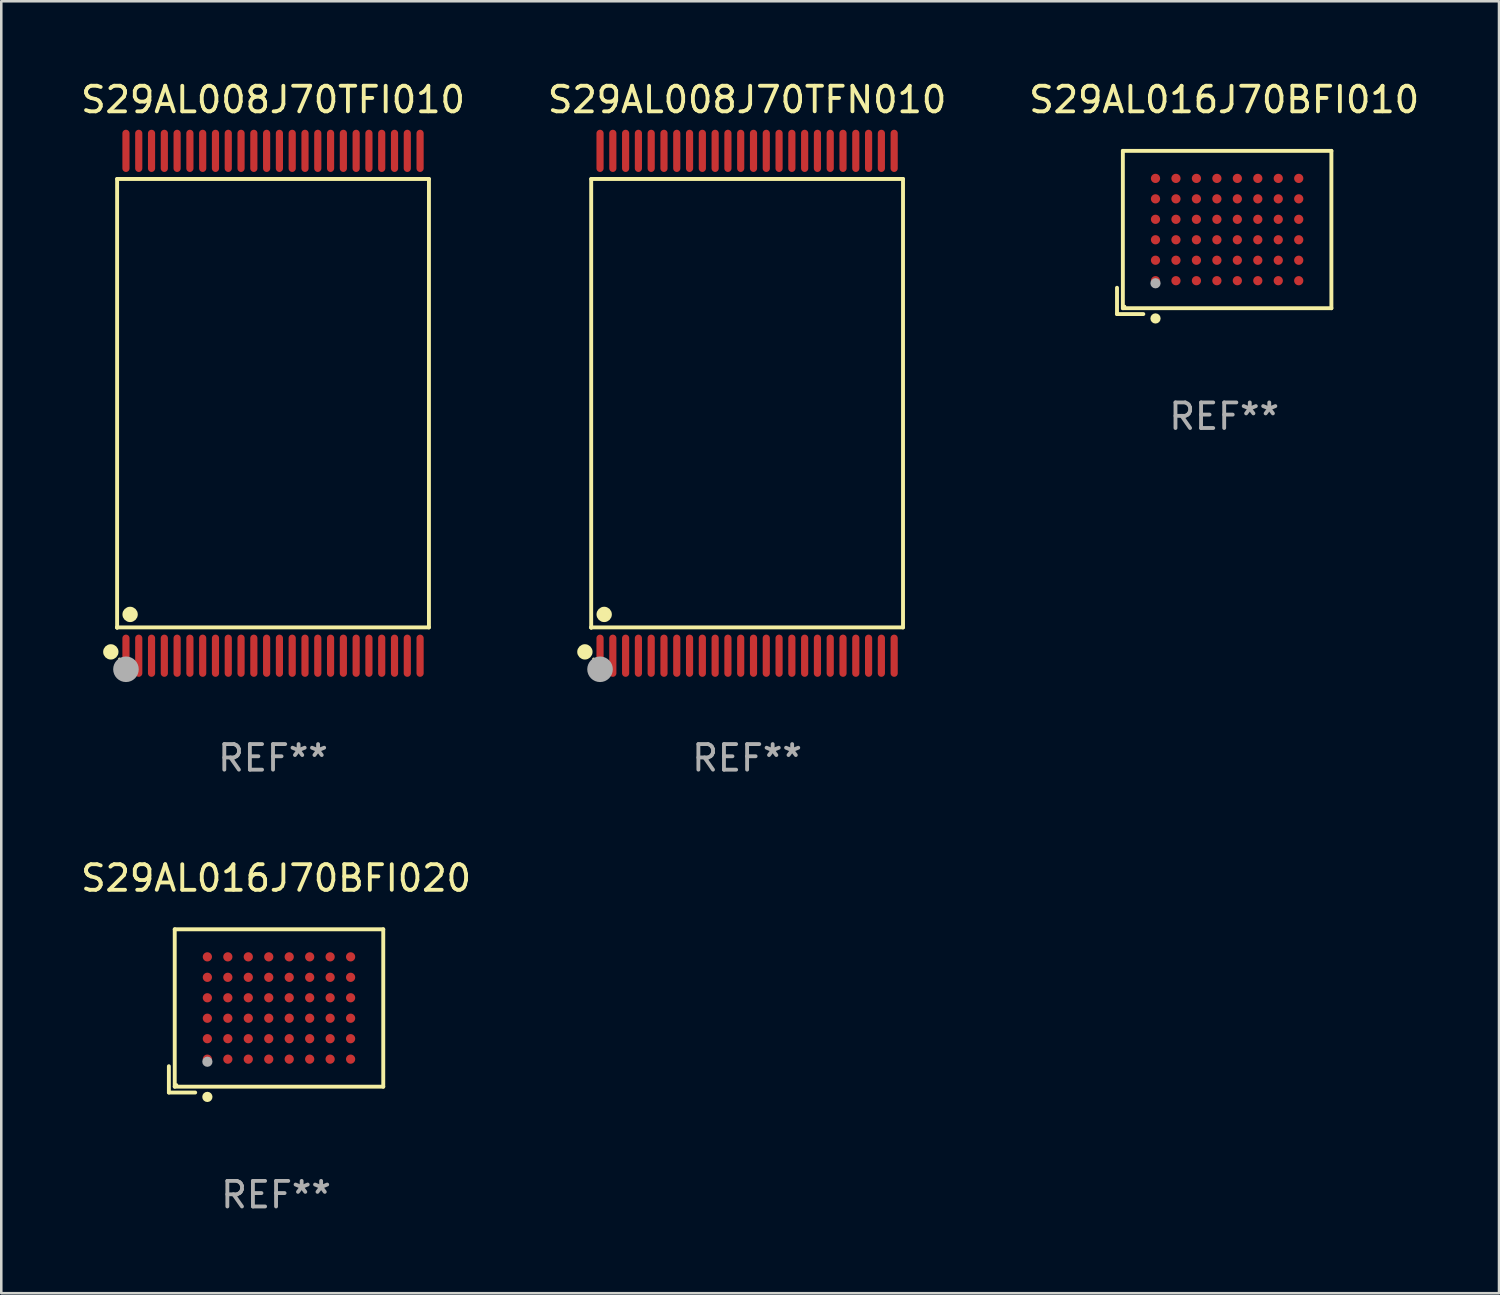
<source format=kicad_pcb>
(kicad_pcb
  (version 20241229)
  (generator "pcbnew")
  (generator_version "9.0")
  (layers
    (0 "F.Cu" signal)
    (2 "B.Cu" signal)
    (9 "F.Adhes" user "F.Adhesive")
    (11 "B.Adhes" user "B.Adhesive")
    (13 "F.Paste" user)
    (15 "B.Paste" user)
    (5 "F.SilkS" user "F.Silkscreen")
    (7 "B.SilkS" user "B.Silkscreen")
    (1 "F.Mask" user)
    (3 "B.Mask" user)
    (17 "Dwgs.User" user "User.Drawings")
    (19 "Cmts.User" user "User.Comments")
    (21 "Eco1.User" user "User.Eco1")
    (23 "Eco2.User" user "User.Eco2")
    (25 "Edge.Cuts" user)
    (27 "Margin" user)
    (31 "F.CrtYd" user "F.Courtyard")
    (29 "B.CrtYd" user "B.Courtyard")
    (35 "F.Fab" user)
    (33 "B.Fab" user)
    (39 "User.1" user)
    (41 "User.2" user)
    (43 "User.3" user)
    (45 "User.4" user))
  (footprint "S29AL016J70BFI020"
    (layer "F.Cu")
    (at 7.744 36.476)
    (property "Reference" "S29AL016J70BFI020" (at 0 -5.191 0) (layer "F.SilkS") (effects (font (size 1 1) (thickness 0.15))))
    (attr through_hole)
    (fp_line (start -4.191 2.162) (end -4.191 3.191) (stroke (width 0.152) (type solid)) (layer "F.SilkS"))
    (fp_line (start -4.191 3.191) (end -3.162 3.191) (stroke (width 0.152) (type solid)) (layer "F.SilkS"))
    (fp_line (start -3.962 -3.191) (end 4.191 -3.191) (stroke (width 0.152) (type solid)) (layer "F.SilkS"))
    (fp_line (start -3.962 2.962) (end -3.962 -3.191) (stroke (width 0.152) (type solid)) (layer "F.SilkS"))
    (fp_line (start 4.191 -3.191) (end 4.191 2.962) (stroke (width 0.152) (type solid)) (layer "F.SilkS"))
    (fp_line (start 4.191 2.962) (end -3.962 2.962) (stroke (width 0.152) (type solid)) (layer "F.SilkS"))
    (fp_circle (center -3.886 2.886) (end -3.856 2.886) (stroke (width 0.06) (type solid)) (fill no) (layer "F.SilkS"))
    (fp_circle (center -2.686 3.362) (end -2.586 3.362) (stroke (width 0.2) (type solid)) (fill no) (layer "F.SilkS"))
    (fp_circle (center -2.686 1.986) (end -2.586 1.986) (stroke (width 0.2) (type solid)) (fill no) (layer "F.Fab"))
    (fp_text user "REF**" (at 0 7.191 0) (layer "F.Fab") (effects (font (size 1 1) (thickness 0.15))))
    (pad "A1" smd circle (at -2.686 1.886) (size 0.36 0.36) (layers "F.Cu" "F.Mask" "F.Paste"))
    (pad "A2" smd circle (at -2.686 1.086) (size 0.36 0.36) (layers "F.Cu" "F.Mask" "F.Paste"))
    (pad "A3" smd circle (at -2.686 0.286) (size 0.36 0.36) (layers "F.Cu" "F.Mask" "F.Paste"))
    (pad "A4" smd circle (at -2.686 -0.514) (size 0.36 0.36) (layers "F.Cu" "F.Mask" "F.Paste"))
    (pad "A5" smd circle (at -2.686 -1.314) (size 0.36 0.36) (layers "F.Cu" "F.Mask" "F.Paste"))
    (pad "A6" smd circle (at -2.686 -2.114) (size 0.36 0.36) (layers "F.Cu" "F.Mask" "F.Paste"))
    (pad "B1" smd circle (at -1.886 1.886) (size 0.36 0.36) (layers "F.Cu" "F.Mask" "F.Paste"))
    (pad "B2" smd circle (at -1.886 1.086) (size 0.36 0.36) (layers "F.Cu" "F.Mask" "F.Paste"))
    (pad "B3" smd circle (at -1.886 0.286) (size 0.36 0.36) (layers "F.Cu" "F.Mask" "F.Paste"))
    (pad "B4" smd circle (at -1.886 -0.514) (size 0.36 0.36) (layers "F.Cu" "F.Mask" "F.Paste"))
    (pad "B5" smd circle (at -1.886 -1.314) (size 0.36 0.36) (layers "F.Cu" "F.Mask" "F.Paste"))
    (pad "B6" smd circle (at -1.886 -2.114) (size 0.36 0.36) (layers "F.Cu" "F.Mask" "F.Paste"))
    (pad "C1" smd circle (at -1.086 1.886) (size 0.36 0.36) (layers "F.Cu" "F.Mask" "F.Paste"))
    (pad "C2" smd circle (at -1.086 1.086) (size 0.36 0.36) (layers "F.Cu" "F.Mask" "F.Paste"))
    (pad "C3" smd circle (at -1.086 0.286) (size 0.36 0.36) (layers "F.Cu" "F.Mask" "F.Paste"))
    (pad "C4" smd circle (at -1.086 -0.514) (size 0.36 0.36) (layers "F.Cu" "F.Mask" "F.Paste"))
    (pad "C5" smd circle (at -1.086 -1.314) (size 0.36 0.36) (layers "F.Cu" "F.Mask" "F.Paste"))
    (pad "C6" smd circle (at -1.086 -2.114) (size 0.36 0.36) (layers "F.Cu" "F.Mask" "F.Paste"))
    (pad "D1" smd circle (at -0.286 1.886) (size 0.36 0.36) (layers "F.Cu" "F.Mask" "F.Paste"))
    (pad "D2" smd circle (at -0.286 1.086) (size 0.36 0.36) (layers "F.Cu" "F.Mask" "F.Paste"))
    (pad "D3" smd circle (at -0.286 0.286) (size 0.36 0.36) (layers "F.Cu" "F.Mask" "F.Paste"))
    (pad "D4" smd circle (at -0.286 -0.514) (size 0.36 0.36) (layers "F.Cu" "F.Mask" "F.Paste"))
    (pad "D5" smd circle (at -0.286 -1.314) (size 0.36 0.36) (layers "F.Cu" "F.Mask" "F.Paste"))
    (pad "D6" smd circle (at -0.286 -2.114) (size 0.36 0.36) (layers "F.Cu" "F.Mask" "F.Paste"))
    (pad "E1" smd circle (at 0.514 1.886) (size 0.36 0.36) (layers "F.Cu" "F.Mask" "F.Paste"))
    (pad "E2" smd circle (at 0.514 1.086) (size 0.36 0.36) (layers "F.Cu" "F.Mask" "F.Paste"))
    (pad "E3" smd circle (at 0.514 0.286) (size 0.36 0.36) (layers "F.Cu" "F.Mask" "F.Paste"))
    (pad "E4" smd circle (at 0.514 -0.514) (size 0.36 0.36) (layers "F.Cu" "F.Mask" "F.Paste"))
    (pad "E5" smd circle (at 0.514 -1.314) (size 0.36 0.36) (layers "F.Cu" "F.Mask" "F.Paste"))
    (pad "E6" smd circle (at 0.514 -2.114) (size 0.36 0.36) (layers "F.Cu" "F.Mask" "F.Paste"))
    (pad "F1" smd circle (at 1.314 1.886) (size 0.36 0.36) (layers "F.Cu" "F.Mask" "F.Paste"))
    (pad "F2" smd circle (at 1.314 1.086) (size 0.36 0.36) (layers "F.Cu" "F.Mask" "F.Paste"))
    (pad "F3" smd circle (at 1.314 0.286) (size 0.36 0.36) (layers "F.Cu" "F.Mask" "F.Paste"))
    (pad "F4" smd circle (at 1.314 -0.514) (size 0.36 0.36) (layers "F.Cu" "F.Mask" "F.Paste"))
    (pad "F5" smd circle (at 1.314 -1.314) (size 0.36 0.36) (layers "F.Cu" "F.Mask" "F.Paste"))
    (pad "F6" smd circle (at 1.314 -2.114) (size 0.36 0.36) (layers "F.Cu" "F.Mask" "F.Paste"))
    (pad "G1" smd circle (at 2.114 1.886) (size 0.36 0.36) (layers "F.Cu" "F.Mask" "F.Paste"))
    (pad "G2" smd circle (at 2.114 1.086) (size 0.36 0.36) (layers "F.Cu" "F.Mask" "F.Paste"))
    (pad "G3" smd circle (at 2.114 0.286) (size 0.36 0.36) (layers "F.Cu" "F.Mask" "F.Paste"))
    (pad "G4" smd circle (at 2.114 -0.514) (size 0.36 0.36) (layers "F.Cu" "F.Mask" "F.Paste"))
    (pad "G5" smd circle (at 2.114 -1.314) (size 0.36 0.36) (layers "F.Cu" "F.Mask" "F.Paste"))
    (pad "G6" smd circle (at 2.114 -2.114) (size 0.36 0.36) (layers "F.Cu" "F.Mask" "F.Paste"))
    (pad "H1" smd circle (at 2.914 1.886) (size 0.36 0.36) (layers "F.Cu" "F.Mask" "F.Paste"))
    (pad "H2" smd circle (at 2.914 1.086) (size 0.36 0.36) (layers "F.Cu" "F.Mask" "F.Paste"))
    (pad "H3" smd circle (at 2.914 0.286) (size 0.36 0.36) (layers "F.Cu" "F.Mask" "F.Paste"))
    (pad "H4" smd circle (at 2.914 -0.514) (size 0.36 0.36) (layers "F.Cu" "F.Mask" "F.Paste"))
    (pad "H5" smd circle (at 2.914 -1.314) (size 0.36 0.36) (layers "F.Cu" "F.Mask" "F.Paste"))
    (pad "H6" smd circle (at 2.914 -2.114) (size 0.36 0.36) (layers "F.Cu" "F.Mask" "F.Paste")))
  (footprint "S29AL008J70TFN010"
    (layer "F.Cu")
    (at 26.161 12.718)
    (property "Reference" "S29AL008J70TFN010" (at 0 -11.87 0) (layer "F.SilkS") (effects (font (size 1 1) (thickness 0.15))))
    (attr through_hole)
    (fp_line (start -6.096 -8.771) (end 6.096 -8.771) (stroke (width 0.152) (type solid)) (layer "F.SilkS"))
    (fp_line (start -6.096 8.763) (end -6.096 8.771) (stroke (width 0.152) (type solid)) (layer "F.SilkS"))
    (fp_line (start -6.096 8.771) (end -6.096 -8.771) (stroke (width 0.152) (type solid)) (layer "F.SilkS"))
    (fp_line (start 6.096 -8.771) (end 6.096 8.763) (stroke (width 0.152) (type solid)) (layer "F.SilkS"))
    (fp_line (start 6.096 8.763) (end -6.096 8.763) (stroke (width 0.152) (type solid)) (layer "F.SilkS"))
    (fp_circle (center -6.342 9.72) (end -6.192 9.72) (stroke (width 0.3) (type solid)) (fill no) (layer "F.SilkS"))
    (fp_circle (center -6 10) (end -5.97 10) (stroke (width 0.06) (type solid)) (fill no) (layer "F.SilkS"))
    (fp_circle (center -5.588 8.255) (end -5.438 8.255) (stroke (width 0.3) (type solid)) (fill no) (layer "F.SilkS"))
    (fp_circle (center -5.75 10.4) (end -5.5 10.4) (stroke (width 0.5) (type solid)) (fill no) (layer "F.Fab"))
    (fp_text user "REF**" (at 0 13.87 0) (layer "F.Fab") (effects (font (size 1 1) (thickness 0.15))))
    (pad "1" smd oval (at -5.75 9.87) (size 0.28 1.65) (layers "F.Cu" "F.Mask" "F.Paste"))
    (pad "2" smd oval (at -5.25 9.87) (size 0.28 1.65) (layers "F.Cu" "F.Mask" "F.Paste"))
    (pad "3" smd oval (at -4.75 9.87) (size 0.28 1.65) (layers "F.Cu" "F.Mask" "F.Paste"))
    (pad "4" smd oval (at -4.25 9.87) (size 0.28 1.65) (layers "F.Cu" "F.Mask" "F.Paste"))
    (pad "5" smd oval (at -3.75 9.87) (size 0.28 1.65) (layers "F.Cu" "F.Mask" "F.Paste"))
    (pad "6" smd oval (at -3.25 9.87) (size 0.28 1.65) (layers "F.Cu" "F.Mask" "F.Paste"))
    (pad "7" smd oval (at -2.75 9.87) (size 0.28 1.65) (layers "F.Cu" "F.Mask" "F.Paste"))
    (pad "8" smd oval (at -2.25 9.87) (size 0.28 1.65) (layers "F.Cu" "F.Mask" "F.Paste"))
    (pad "9" smd oval (at -1.75 9.87) (size 0.28 1.65) (layers "F.Cu" "F.Mask" "F.Paste"))
    (pad "10" smd oval (at -1.25 9.87) (size 0.28 1.65) (layers "F.Cu" "F.Mask" "F.Paste"))
    (pad "11" smd oval (at -0.75 9.87) (size 0.28 1.65) (layers "F.Cu" "F.Mask" "F.Paste"))
    (pad "12" smd oval (at -0.25 9.87) (size 0.28 1.65) (layers "F.Cu" "F.Mask" "F.Paste"))
    (pad "13" smd oval (at 0.25 9.87) (size 0.28 1.65) (layers "F.Cu" "F.Mask" "F.Paste"))
    (pad "14" smd oval (at 0.75 9.87) (size 0.28 1.65) (layers "F.Cu" "F.Mask" "F.Paste"))
    (pad "15" smd oval (at 1.25 9.87) (size 0.28 1.65) (layers "F.Cu" "F.Mask" "F.Paste"))
    (pad "16" smd oval (at 1.75 9.87) (size 0.28 1.65) (layers "F.Cu" "F.Mask" "F.Paste"))
    (pad "17" smd oval (at 2.25 9.87) (size 0.28 1.65) (layers "F.Cu" "F.Mask" "F.Paste"))
    (pad "18" smd oval (at 2.75 9.87) (size 0.28 1.65) (layers "F.Cu" "F.Mask" "F.Paste"))
    (pad "19" smd oval (at 3.25 9.87) (size 0.28 1.65) (layers "F.Cu" "F.Mask" "F.Paste"))
    (pad "20" smd oval (at 3.75 9.87) (size 0.28 1.65) (layers "F.Cu" "F.Mask" "F.Paste"))
    (pad "21" smd oval (at 4.25 9.87) (size 0.28 1.65) (layers "F.Cu" "F.Mask" "F.Paste"))
    (pad "22" smd oval (at 4.75 9.87) (size 0.28 1.65) (layers "F.Cu" "F.Mask" "F.Paste"))
    (pad "23" smd oval (at 5.25 9.87) (size 0.28 1.65) (layers "F.Cu" "F.Mask" "F.Paste"))
    (pad "24" smd oval (at 5.75 9.87) (size 0.28 1.65) (layers "F.Cu" "F.Mask" "F.Paste"))
    (pad "25" smd oval (at 5.75 -9.87) (size 0.28 1.65) (layers "F.Cu" "F.Mask" "F.Paste"))
    (pad "26" smd oval (at 5.25 -9.87) (size 0.28 1.65) (layers "F.Cu" "F.Mask" "F.Paste"))
    (pad "27" smd oval (at 4.75 -9.87) (size 0.28 1.65) (layers "F.Cu" "F.Mask" "F.Paste"))
    (pad "28" smd oval (at 4.25 -9.87) (size 0.28 1.65) (layers "F.Cu" "F.Mask" "F.Paste"))
    (pad "29" smd oval (at 3.75 -9.87) (size 0.28 1.65) (layers "F.Cu" "F.Mask" "F.Paste"))
    (pad "30" smd oval (at 3.25 -9.87) (size 0.28 1.65) (layers "F.Cu" "F.Mask" "F.Paste"))
    (pad "31" smd oval (at 2.75 -9.87) (size 0.28 1.65) (layers "F.Cu" "F.Mask" "F.Paste"))
    (pad "32" smd oval (at 2.25 -9.87) (size 0.28 1.65) (layers "F.Cu" "F.Mask" "F.Paste"))
    (pad "33" smd oval (at 1.75 -9.87) (size 0.28 1.65) (layers "F.Cu" "F.Mask" "F.Paste"))
    (pad "34" smd oval (at 1.25 -9.87) (size 0.28 1.65) (layers "F.Cu" "F.Mask" "F.Paste"))
    (pad "35" smd oval (at 0.75 -9.87) (size 0.28 1.65) (layers "F.Cu" "F.Mask" "F.Paste"))
    (pad "36" smd oval (at 0.25 -9.87) (size 0.28 1.65) (layers "F.Cu" "F.Mask" "F.Paste"))
    (pad "37" smd oval (at -0.25 -9.87) (size 0.28 1.65) (layers "F.Cu" "F.Mask" "F.Paste"))
    (pad "38" smd oval (at -0.75 -9.87) (size 0.28 1.65) (layers "F.Cu" "F.Mask" "F.Paste"))
    (pad "39" smd oval (at -1.25 -9.87) (size 0.28 1.65) (layers "F.Cu" "F.Mask" "F.Paste"))
    (pad "40" smd oval (at -1.75 -9.87) (size 0.28 1.65) (layers "F.Cu" "F.Mask" "F.Paste"))
    (pad "41" smd oval (at -2.25 -9.87) (size 0.28 1.65) (layers "F.Cu" "F.Mask" "F.Paste"))
    (pad "42" smd oval (at -2.75 -9.87) (size 0.28 1.65) (layers "F.Cu" "F.Mask" "F.Paste"))
    (pad "43" smd oval (at -3.25 -9.87) (size 0.28 1.65) (layers "F.Cu" "F.Mask" "F.Paste"))
    (pad "44" smd oval (at -3.75 -9.87) (size 0.28 1.65) (layers "F.Cu" "F.Mask" "F.Paste"))
    (pad "45" smd oval (at -4.25 -9.87) (size 0.28 1.65) (layers "F.Cu" "F.Mask" "F.Paste"))
    (pad "46" smd oval (at -4.75 -9.87) (size 0.28 1.65) (layers "F.Cu" "F.Mask" "F.Paste"))
    (pad "47" smd oval (at -5.25 -9.87) (size 0.28 1.65) (layers "F.Cu" "F.Mask" "F.Paste"))
    (pad "48" smd oval (at -5.75 -9.87) (size 0.28 1.65) (layers "F.Cu" "F.Mask" "F.Paste")))
  (footprint "S29AL008J70TFI010"
    (layer "F.Cu")
    (at 7.625 12.718)
    (property "Reference" "S29AL008J70TFI010" (at 0 -11.87 0) (layer "F.SilkS") (effects (font (size 1 1) (thickness 0.15))))
    (attr through_hole)
    (fp_line (start -6.096 -8.771) (end 6.096 -8.771) (stroke (width 0.152) (type solid)) (layer "F.SilkS"))
    (fp_line (start -6.096 8.763) (end -6.096 8.771) (stroke (width 0.152) (type solid)) (layer "F.SilkS"))
    (fp_line (start -6.096 8.771) (end -6.096 -8.771) (stroke (width 0.152) (type solid)) (layer "F.SilkS"))
    (fp_line (start 6.096 -8.771) (end 6.096 8.763) (stroke (width 0.152) (type solid)) (layer "F.SilkS"))
    (fp_line (start 6.096 8.763) (end -6.096 8.763) (stroke (width 0.152) (type solid)) (layer "F.SilkS"))
    (fp_circle (center -6.342 9.72) (end -6.192 9.72) (stroke (width 0.3) (type solid)) (fill no) (layer "F.SilkS"))
    (fp_circle (center -6 10) (end -5.97 10) (stroke (width 0.06) (type solid)) (fill no) (layer "F.SilkS"))
    (fp_circle (center -5.588 8.255) (end -5.438 8.255) (stroke (width 0.3) (type solid)) (fill no) (layer "F.SilkS"))
    (fp_circle (center -5.75 10.4) (end -5.5 10.4) (stroke (width 0.5) (type solid)) (fill no) (layer "F.Fab"))
    (fp_text user "REF**" (at 0 13.87 0) (layer "F.Fab") (effects (font (size 1 1) (thickness 0.15))))
    (pad "1" smd oval (at -5.75 9.87) (size 0.28 1.65) (layers "F.Cu" "F.Mask" "F.Paste"))
    (pad "2" smd oval (at -5.25 9.87) (size 0.28 1.65) (layers "F.Cu" "F.Mask" "F.Paste"))
    (pad "3" smd oval (at -4.75 9.87) (size 0.28 1.65) (layers "F.Cu" "F.Mask" "F.Paste"))
    (pad "4" smd oval (at -4.25 9.87) (size 0.28 1.65) (layers "F.Cu" "F.Mask" "F.Paste"))
    (pad "5" smd oval (at -3.75 9.87) (size 0.28 1.65) (layers "F.Cu" "F.Mask" "F.Paste"))
    (pad "6" smd oval (at -3.25 9.87) (size 0.28 1.65) (layers "F.Cu" "F.Mask" "F.Paste"))
    (pad "7" smd oval (at -2.75 9.87) (size 0.28 1.65) (layers "F.Cu" "F.Mask" "F.Paste"))
    (pad "8" smd oval (at -2.25 9.87) (size 0.28 1.65) (layers "F.Cu" "F.Mask" "F.Paste"))
    (pad "9" smd oval (at -1.75 9.87) (size 0.28 1.65) (layers "F.Cu" "F.Mask" "F.Paste"))
    (pad "10" smd oval (at -1.25 9.87) (size 0.28 1.65) (layers "F.Cu" "F.Mask" "F.Paste"))
    (pad "11" smd oval (at -0.75 9.87) (size 0.28 1.65) (layers "F.Cu" "F.Mask" "F.Paste"))
    (pad "12" smd oval (at -0.25 9.87) (size 0.28 1.65) (layers "F.Cu" "F.Mask" "F.Paste"))
    (pad "13" smd oval (at 0.25 9.87) (size 0.28 1.65) (layers "F.Cu" "F.Mask" "F.Paste"))
    (pad "14" smd oval (at 0.75 9.87) (size 0.28 1.65) (layers "F.Cu" "F.Mask" "F.Paste"))
    (pad "15" smd oval (at 1.25 9.87) (size 0.28 1.65) (layers "F.Cu" "F.Mask" "F.Paste"))
    (pad "16" smd oval (at 1.75 9.87) (size 0.28 1.65) (layers "F.Cu" "F.Mask" "F.Paste"))
    (pad "17" smd oval (at 2.25 9.87) (size 0.28 1.65) (layers "F.Cu" "F.Mask" "F.Paste"))
    (pad "18" smd oval (at 2.75 9.87) (size 0.28 1.65) (layers "F.Cu" "F.Mask" "F.Paste"))
    (pad "19" smd oval (at 3.25 9.87) (size 0.28 1.65) (layers "F.Cu" "F.Mask" "F.Paste"))
    (pad "20" smd oval (at 3.75 9.87) (size 0.28 1.65) (layers "F.Cu" "F.Mask" "F.Paste"))
    (pad "21" smd oval (at 4.25 9.87) (size 0.28 1.65) (layers "F.Cu" "F.Mask" "F.Paste"))
    (pad "22" smd oval (at 4.75 9.87) (size 0.28 1.65) (layers "F.Cu" "F.Mask" "F.Paste"))
    (pad "23" smd oval (at 5.25 9.87) (size 0.28 1.65) (layers "F.Cu" "F.Mask" "F.Paste"))
    (pad "24" smd oval (at 5.75 9.87) (size 0.28 1.65) (layers "F.Cu" "F.Mask" "F.Paste"))
    (pad "25" smd oval (at 5.75 -9.87) (size 0.28 1.65) (layers "F.Cu" "F.Mask" "F.Paste"))
    (pad "26" smd oval (at 5.25 -9.87) (size 0.28 1.65) (layers "F.Cu" "F.Mask" "F.Paste"))
    (pad "27" smd oval (at 4.75 -9.87) (size 0.28 1.65) (layers "F.Cu" "F.Mask" "F.Paste"))
    (pad "28" smd oval (at 4.25 -9.87) (size 0.28 1.65) (layers "F.Cu" "F.Mask" "F.Paste"))
    (pad "29" smd oval (at 3.75 -9.87) (size 0.28 1.65) (layers "F.Cu" "F.Mask" "F.Paste"))
    (pad "30" smd oval (at 3.25 -9.87) (size 0.28 1.65) (layers "F.Cu" "F.Mask" "F.Paste"))
    (pad "31" smd oval (at 2.75 -9.87) (size 0.28 1.65) (layers "F.Cu" "F.Mask" "F.Paste"))
    (pad "32" smd oval (at 2.25 -9.87) (size 0.28 1.65) (layers "F.Cu" "F.Mask" "F.Paste"))
    (pad "33" smd oval (at 1.75 -9.87) (size 0.28 1.65) (layers "F.Cu" "F.Mask" "F.Paste"))
    (pad "34" smd oval (at 1.25 -9.87) (size 0.28 1.65) (layers "F.Cu" "F.Mask" "F.Paste"))
    (pad "35" smd oval (at 0.75 -9.87) (size 0.28 1.65) (layers "F.Cu" "F.Mask" "F.Paste"))
    (pad "36" smd oval (at 0.25 -9.87) (size 0.28 1.65) (layers "F.Cu" "F.Mask" "F.Paste"))
    (pad "37" smd oval (at -0.25 -9.87) (size 0.28 1.65) (layers "F.Cu" "F.Mask" "F.Paste"))
    (pad "38" smd oval (at -0.75 -9.87) (size 0.28 1.65) (layers "F.Cu" "F.Mask" "F.Paste"))
    (pad "39" smd oval (at -1.25 -9.87) (size 0.28 1.65) (layers "F.Cu" "F.Mask" "F.Paste"))
    (pad "40" smd oval (at -1.75 -9.87) (size 0.28 1.65) (layers "F.Cu" "F.Mask" "F.Paste"))
    (pad "41" smd oval (at -2.25 -9.87) (size 0.28 1.65) (layers "F.Cu" "F.Mask" "F.Paste"))
    (pad "42" smd oval (at -2.75 -9.87) (size 0.28 1.65) (layers "F.Cu" "F.Mask" "F.Paste"))
    (pad "43" smd oval (at -3.25 -9.87) (size 0.28 1.65) (layers "F.Cu" "F.Mask" "F.Paste"))
    (pad "44" smd oval (at -3.75 -9.87) (size 0.28 1.65) (layers "F.Cu" "F.Mask" "F.Paste"))
    (pad "45" smd oval (at -4.25 -9.87) (size 0.28 1.65) (layers "F.Cu" "F.Mask" "F.Paste"))
    (pad "46" smd oval (at -4.75 -9.87) (size 0.28 1.65) (layers "F.Cu" "F.Mask" "F.Paste"))
    (pad "47" smd oval (at -5.25 -9.87) (size 0.28 1.65) (layers "F.Cu" "F.Mask" "F.Paste"))
    (pad "48" smd oval (at -5.75 -9.87) (size 0.28 1.65) (layers "F.Cu" "F.Mask" "F.Paste")))
  (footprint "S29AL016J70BFI010"
    (layer "F.Cu")
    (at 44.815 6.039)
    (property "Reference" "S29AL016J70BFI010" (at 0 -5.191 0) (layer "F.SilkS") (effects (font (size 1 1) (thickness 0.15))))
    (attr through_hole)
    (fp_line (start -4.191 2.162) (end -4.191 3.191) (stroke (width 0.152) (type solid)) (layer "F.SilkS"))
    (fp_line (start -4.191 3.191) (end -3.162 3.191) (stroke (width 0.152) (type solid)) (layer "F.SilkS"))
    (fp_line (start -3.962 -3.191) (end 4.191 -3.191) (stroke (width 0.152) (type solid)) (layer "F.SilkS"))
    (fp_line (start -3.962 2.962) (end -3.962 -3.191) (stroke (width 0.152) (type solid)) (layer "F.SilkS"))
    (fp_line (start 4.191 -3.191) (end 4.191 2.962) (stroke (width 0.152) (type solid)) (layer "F.SilkS"))
    (fp_line (start 4.191 2.962) (end -3.962 2.962) (stroke (width 0.152) (type solid)) (layer "F.SilkS"))
    (fp_circle (center -3.886 2.886) (end -3.856 2.886) (stroke (width 0.06) (type solid)) (fill no) (layer "F.SilkS"))
    (fp_circle (center -2.686 3.362) (end -2.586 3.362) (stroke (width 0.2) (type solid)) (fill no) (layer "F.SilkS"))
    (fp_circle (center -2.686 1.986) (end -2.586 1.986) (stroke (width 0.2) (type solid)) (fill no) (layer "F.Fab"))
    (fp_text user "REF**" (at 0 7.191 0) (layer "F.Fab") (effects (font (size 1 1) (thickness 0.15))))
    (pad "A1" smd circle (at -2.686 1.886) (size 0.36 0.36) (layers "F.Cu" "F.Mask" "F.Paste"))
    (pad "A2" smd circle (at -2.686 1.086) (size 0.36 0.36) (layers "F.Cu" "F.Mask" "F.Paste"))
    (pad "A3" smd circle (at -2.686 0.286) (size 0.36 0.36) (layers "F.Cu" "F.Mask" "F.Paste"))
    (pad "A4" smd circle (at -2.686 -0.514) (size 0.36 0.36) (layers "F.Cu" "F.Mask" "F.Paste"))
    (pad "A5" smd circle (at -2.686 -1.314) (size 0.36 0.36) (layers "F.Cu" "F.Mask" "F.Paste"))
    (pad "A6" smd circle (at -2.686 -2.114) (size 0.36 0.36) (layers "F.Cu" "F.Mask" "F.Paste"))
    (pad "B1" smd circle (at -1.886 1.886) (size 0.36 0.36) (layers "F.Cu" "F.Mask" "F.Paste"))
    (pad "B2" smd circle (at -1.886 1.086) (size 0.36 0.36) (layers "F.Cu" "F.Mask" "F.Paste"))
    (pad "B3" smd circle (at -1.886 0.286) (size 0.36 0.36) (layers "F.Cu" "F.Mask" "F.Paste"))
    (pad "B4" smd circle (at -1.886 -0.514) (size 0.36 0.36) (layers "F.Cu" "F.Mask" "F.Paste"))
    (pad "B5" smd circle (at -1.886 -1.314) (size 0.36 0.36) (layers "F.Cu" "F.Mask" "F.Paste"))
    (pad "B6" smd circle (at -1.886 -2.114) (size 0.36 0.36) (layers "F.Cu" "F.Mask" "F.Paste"))
    (pad "C1" smd circle (at -1.086 1.886) (size 0.36 0.36) (layers "F.Cu" "F.Mask" "F.Paste"))
    (pad "C2" smd circle (at -1.086 1.086) (size 0.36 0.36) (layers "F.Cu" "F.Mask" "F.Paste"))
    (pad "C3" smd circle (at -1.086 0.286) (size 0.36 0.36) (layers "F.Cu" "F.Mask" "F.Paste"))
    (pad "C4" smd circle (at -1.086 -0.514) (size 0.36 0.36) (layers "F.Cu" "F.Mask" "F.Paste"))
    (pad "C5" smd circle (at -1.086 -1.314) (size 0.36 0.36) (layers "F.Cu" "F.Mask" "F.Paste"))
    (pad "C6" smd circle (at -1.086 -2.114) (size 0.36 0.36) (layers "F.Cu" "F.Mask" "F.Paste"))
    (pad "D1" smd circle (at -0.286 1.886) (size 0.36 0.36) (layers "F.Cu" "F.Mask" "F.Paste"))
    (pad "D2" smd circle (at -0.286 1.086) (size 0.36 0.36) (layers "F.Cu" "F.Mask" "F.Paste"))
    (pad "D3" smd circle (at -0.286 0.286) (size 0.36 0.36) (layers "F.Cu" "F.Mask" "F.Paste"))
    (pad "D4" smd circle (at -0.286 -0.514) (size 0.36 0.36) (layers "F.Cu" "F.Mask" "F.Paste"))
    (pad "D5" smd circle (at -0.286 -1.314) (size 0.36 0.36) (layers "F.Cu" "F.Mask" "F.Paste"))
    (pad "D6" smd circle (at -0.286 -2.114) (size 0.36 0.36) (layers "F.Cu" "F.Mask" "F.Paste"))
    (pad "E1" smd circle (at 0.514 1.886) (size 0.36 0.36) (layers "F.Cu" "F.Mask" "F.Paste"))
    (pad "E2" smd circle (at 0.514 1.086) (size 0.36 0.36) (layers "F.Cu" "F.Mask" "F.Paste"))
    (pad "E3" smd circle (at 0.514 0.286) (size 0.36 0.36) (layers "F.Cu" "F.Mask" "F.Paste"))
    (pad "E4" smd circle (at 0.514 -0.514) (size 0.36 0.36) (layers "F.Cu" "F.Mask" "F.Paste"))
    (pad "E5" smd circle (at 0.514 -1.314) (size 0.36 0.36) (layers "F.Cu" "F.Mask" "F.Paste"))
    (pad "E6" smd circle (at 0.514 -2.114) (size 0.36 0.36) (layers "F.Cu" "F.Mask" "F.Paste"))
    (pad "F1" smd circle (at 1.314 1.886) (size 0.36 0.36) (layers "F.Cu" "F.Mask" "F.Paste"))
    (pad "F2" smd circle (at 1.314 1.086) (size 0.36 0.36) (layers "F.Cu" "F.Mask" "F.Paste"))
    (pad "F3" smd circle (at 1.314 0.286) (size 0.36 0.36) (layers "F.Cu" "F.Mask" "F.Paste"))
    (pad "F4" smd circle (at 1.314 -0.514) (size 0.36 0.36) (layers "F.Cu" "F.Mask" "F.Paste"))
    (pad "F5" smd circle (at 1.314 -1.314) (size 0.36 0.36) (layers "F.Cu" "F.Mask" "F.Paste"))
    (pad "F6" smd circle (at 1.314 -2.114) (size 0.36 0.36) (layers "F.Cu" "F.Mask" "F.Paste"))
    (pad "G1" smd circle (at 2.114 1.886) (size 0.36 0.36) (layers "F.Cu" "F.Mask" "F.Paste"))
    (pad "G2" smd circle (at 2.114 1.086) (size 0.36 0.36) (layers "F.Cu" "F.Mask" "F.Paste"))
    (pad "G3" smd circle (at 2.114 0.286) (size 0.36 0.36) (layers "F.Cu" "F.Mask" "F.Paste"))
    (pad "G4" smd circle (at 2.114 -0.514) (size 0.36 0.36) (layers "F.Cu" "F.Mask" "F.Paste"))
    (pad "G5" smd circle (at 2.114 -1.314) (size 0.36 0.36) (layers "F.Cu" "F.Mask" "F.Paste"))
    (pad "G6" smd circle (at 2.114 -2.114) (size 0.36 0.36) (layers "F.Cu" "F.Mask" "F.Paste"))
    (pad "H1" smd circle (at 2.914 1.886) (size 0.36 0.36) (layers "F.Cu" "F.Mask" "F.Paste"))
    (pad "H2" smd circle (at 2.914 1.086) (size 0.36 0.36) (layers "F.Cu" "F.Mask" "F.Paste"))
    (pad "H3" smd circle (at 2.914 0.286) (size 0.36 0.36) (layers "F.Cu" "F.Mask" "F.Paste"))
    (pad "H4" smd circle (at 2.914 -0.514) (size 0.36 0.36) (layers "F.Cu" "F.Mask" "F.Paste"))
    (pad "H5" smd circle (at 2.914 -1.314) (size 0.36 0.36) (layers "F.Cu" "F.Mask" "F.Paste"))
    (pad "H6" smd circle (at 2.914 -2.114) (size 0.36 0.36) (layers "F.Cu" "F.Mask" "F.Paste")))
  (gr_rect
    (start -3 -3)
    (end 55.56 47.514)
    (stroke (width 0.1) (type default))
    (fill no)
    (layer "Edge.Cuts")))
</source>
